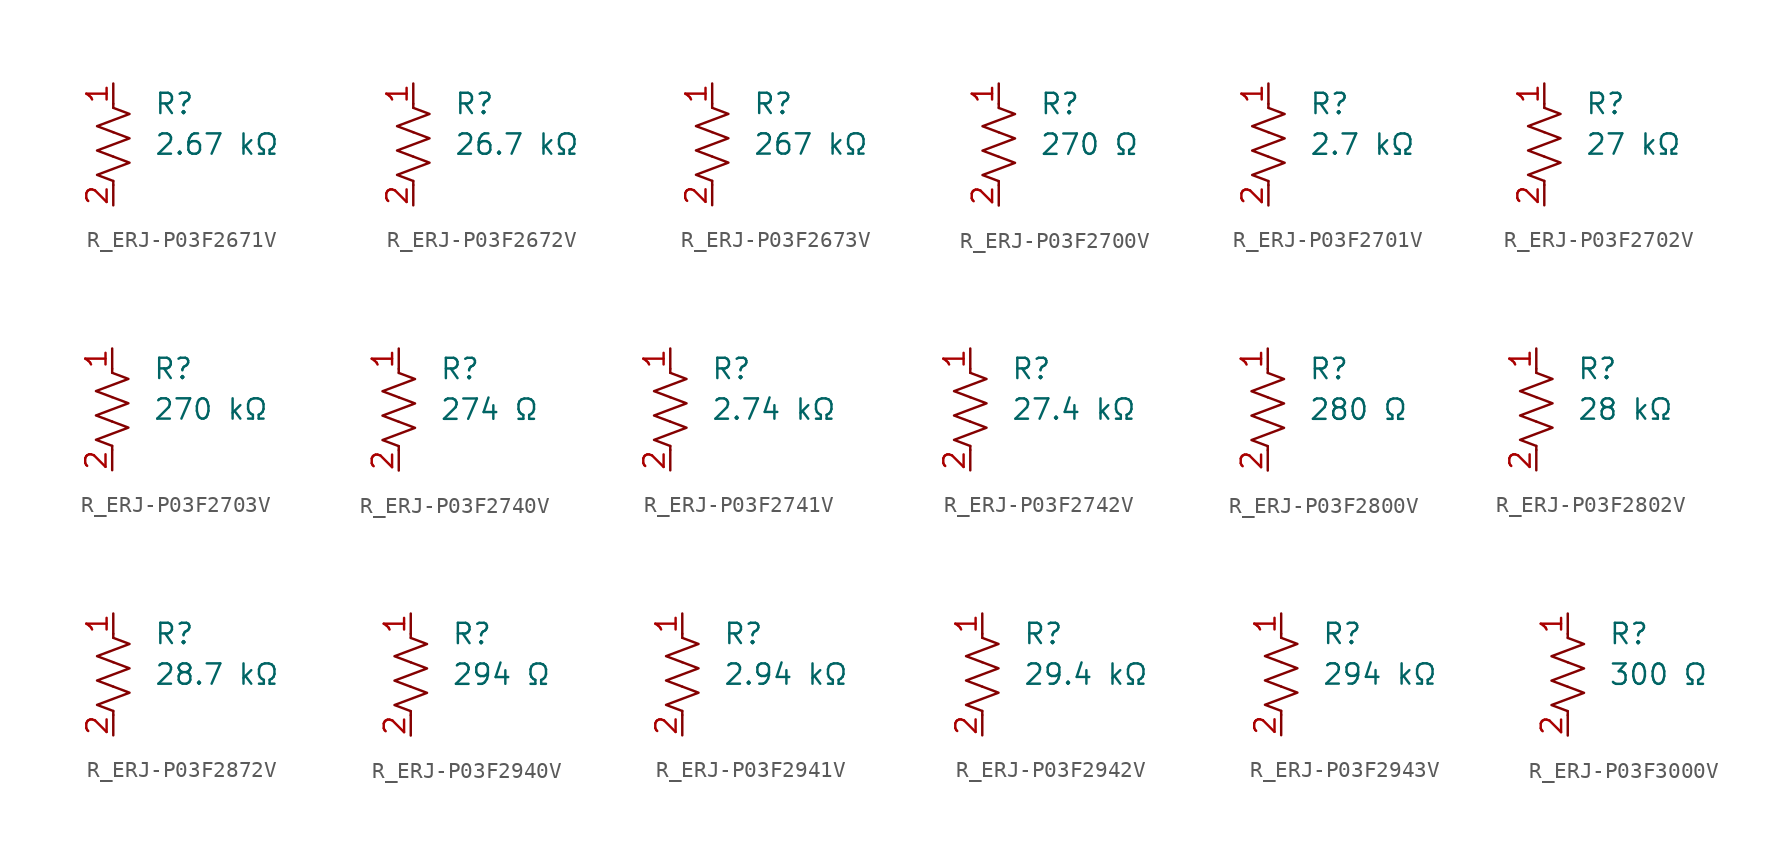
<source format=kicad_sym>
(kicad_symbol_lib
  (version 20231120)
  (generator "kicad_symbol_editor")
  (generator_version "8.0")
  (symbol "R_ERJ-P03F2671V"
    (pin_names
      (offset 0.254))
    (property "Value" "2.67 kΩ"
      (at 2.54 0 0)
      (effects (font (size 1.27 1.27)) (justify left)))
    (property "Reference" "R"
      (at 2.54 2.54 0)
      (effects (font (size 1.27 1.27)) (justify left)))
    (symbol "R_ERJ-P03F2671V_0_1"
      (polyline (pts (xy 0 -2.286) (xy 0 -2.54)) (stroke (width 0) (type default)) (fill (type none)))
      (polyline (pts (xy 0 2.286) (xy 0 2.54)) (stroke (width 0) (type default)) (fill (type none)))
      (polyline (pts (xy 0 -0.762) (xy 1.016 -1.143) (xy 0 -1.524) (xy -1.016 -1.905) (xy 0 -2.286)) (stroke (width 0) (type default)) (fill (type none)))
      (polyline (pts (xy 0 0.762) (xy 1.016 0.381) (xy 0 0) (xy -1.016 -0.381) (xy 0 -0.762)) (stroke (width 0) (type default)) (fill (type none)))
      (polyline (pts (xy 0 2.286) (xy 1.016 1.905) (xy 0 1.524) (xy -1.016 1.143) (xy 0 0.762)) (stroke (width 0) (type default)) (fill (type none))))
    (symbol "R_ERJ-P03F2671V_1_1"
      (pin passive line (at 0 3.81 270) (length 1.27) (name "~" (effects (font (size 1.27 1.27)))) (number "1" (effects (font (size 1.27 1.27)))))
      (pin passive line (at 0 -3.81 90) (length 1.27) (name "~" (effects (font (size 1.27 1.27)))) (number "2" (effects (font (size 1.27 1.27)))))))
  (symbol "R_ERJ-P03F2672V"
    (pin_names
      (offset 0.254))
    (property "Value" "26.7 kΩ"
      (at 2.54 0 0)
      (effects (font (size 1.27 1.27)) (justify left)))
    (property "Reference" "R"
      (at 2.54 2.54 0)
      (effects (font (size 1.27 1.27)) (justify left)))
    (symbol "R_ERJ-P03F2672V_0_1"
      (polyline (pts (xy 0 -2.286) (xy 0 -2.54)) (stroke (width 0) (type default)) (fill (type none)))
      (polyline (pts (xy 0 2.286) (xy 0 2.54)) (stroke (width 0) (type default)) (fill (type none)))
      (polyline (pts (xy 0 -0.762) (xy 1.016 -1.143) (xy 0 -1.524) (xy -1.016 -1.905) (xy 0 -2.286)) (stroke (width 0) (type default)) (fill (type none)))
      (polyline (pts (xy 0 0.762) (xy 1.016 0.381) (xy 0 0) (xy -1.016 -0.381) (xy 0 -0.762)) (stroke (width 0) (type default)) (fill (type none)))
      (polyline (pts (xy 0 2.286) (xy 1.016 1.905) (xy 0 1.524) (xy -1.016 1.143) (xy 0 0.762)) (stroke (width 0) (type default)) (fill (type none))))
    (symbol "R_ERJ-P03F2672V_1_1"
      (pin passive line (at 0 3.81 270) (length 1.27) (name "~" (effects (font (size 1.27 1.27)))) (number "1" (effects (font (size 1.27 1.27)))))
      (pin passive line (at 0 -3.81 90) (length 1.27) (name "~" (effects (font (size 1.27 1.27)))) (number "2" (effects (font (size 1.27 1.27)))))))
  (symbol "R_ERJ-P03F2673V"
    (pin_names
      (offset 0.254))
    (property "Value" "267 kΩ"
      (at 2.54 0 0)
      (effects (font (size 1.27 1.27)) (justify left)))
    (property "Reference" "R"
      (at 2.54 2.54 0)
      (effects (font (size 1.27 1.27)) (justify left)))
    (symbol "R_ERJ-P03F2673V_0_1"
      (polyline (pts (xy 0 -2.286) (xy 0 -2.54)) (stroke (width 0) (type default)) (fill (type none)))
      (polyline (pts (xy 0 2.286) (xy 0 2.54)) (stroke (width 0) (type default)) (fill (type none)))
      (polyline (pts (xy 0 -0.762) (xy 1.016 -1.143) (xy 0 -1.524) (xy -1.016 -1.905) (xy 0 -2.286)) (stroke (width 0) (type default)) (fill (type none)))
      (polyline (pts (xy 0 0.762) (xy 1.016 0.381) (xy 0 0) (xy -1.016 -0.381) (xy 0 -0.762)) (stroke (width 0) (type default)) (fill (type none)))
      (polyline (pts (xy 0 2.286) (xy 1.016 1.905) (xy 0 1.524) (xy -1.016 1.143) (xy 0 0.762)) (stroke (width 0) (type default)) (fill (type none))))
    (symbol "R_ERJ-P03F2673V_1_1"
      (pin passive line (at 0 3.81 270) (length 1.27) (name "~" (effects (font (size 1.27 1.27)))) (number "1" (effects (font (size 1.27 1.27)))))
      (pin passive line (at 0 -3.81 90) (length 1.27) (name "~" (effects (font (size 1.27 1.27)))) (number "2" (effects (font (size 1.27 1.27)))))))
  (symbol "R_ERJ-P03F2700V"
    (pin_names
      (offset 0.254))
    (property "Value" "270 Ω"
      (at 2.54 0 0)
      (effects (font (size 1.27 1.27)) (justify left)))
    (property "Reference" "R"
      (at 2.54 2.54 0)
      (effects (font (size 1.27 1.27)) (justify left)))
    (symbol "R_ERJ-P03F2700V_0_1"
      (polyline (pts (xy 0 -2.286) (xy 0 -2.54)) (stroke (width 0) (type default)) (fill (type none)))
      (polyline (pts (xy 0 2.286) (xy 0 2.54)) (stroke (width 0) (type default)) (fill (type none)))
      (polyline (pts (xy 0 -0.762) (xy 1.016 -1.143) (xy 0 -1.524) (xy -1.016 -1.905) (xy 0 -2.286)) (stroke (width 0) (type default)) (fill (type none)))
      (polyline (pts (xy 0 0.762) (xy 1.016 0.381) (xy 0 0) (xy -1.016 -0.381) (xy 0 -0.762)) (stroke (width 0) (type default)) (fill (type none)))
      (polyline (pts (xy 0 2.286) (xy 1.016 1.905) (xy 0 1.524) (xy -1.016 1.143) (xy 0 0.762)) (stroke (width 0) (type default)) (fill (type none))))
    (symbol "R_ERJ-P03F2700V_1_1"
      (pin passive line (at 0 3.81 270) (length 1.27) (name "~" (effects (font (size 1.27 1.27)))) (number "1" (effects (font (size 1.27 1.27)))))
      (pin passive line (at 0 -3.81 90) (length 1.27) (name "~" (effects (font (size 1.27 1.27)))) (number "2" (effects (font (size 1.27 1.27)))))))
  (symbol "R_ERJ-P03F2701V"
    (pin_names
      (offset 0.254))
    (property "Value" "2.7 kΩ"
      (at 2.54 0 0)
      (effects (font (size 1.27 1.27)) (justify left)))
    (property "Reference" "R"
      (at 2.54 2.54 0)
      (effects (font (size 1.27 1.27)) (justify left)))
    (symbol "R_ERJ-P03F2701V_0_1"
      (polyline (pts (xy 0 -2.286) (xy 0 -2.54)) (stroke (width 0) (type default)) (fill (type none)))
      (polyline (pts (xy 0 2.286) (xy 0 2.54)) (stroke (width 0) (type default)) (fill (type none)))
      (polyline (pts (xy 0 -0.762) (xy 1.016 -1.143) (xy 0 -1.524) (xy -1.016 -1.905) (xy 0 -2.286)) (stroke (width 0) (type default)) (fill (type none)))
      (polyline (pts (xy 0 0.762) (xy 1.016 0.381) (xy 0 0) (xy -1.016 -0.381) (xy 0 -0.762)) (stroke (width 0) (type default)) (fill (type none)))
      (polyline (pts (xy 0 2.286) (xy 1.016 1.905) (xy 0 1.524) (xy -1.016 1.143) (xy 0 0.762)) (stroke (width 0) (type default)) (fill (type none))))
    (symbol "R_ERJ-P03F2701V_1_1"
      (pin passive line (at 0 3.81 270) (length 1.27) (name "~" (effects (font (size 1.27 1.27)))) (number "1" (effects (font (size 1.27 1.27)))))
      (pin passive line (at 0 -3.81 90) (length 1.27) (name "~" (effects (font (size 1.27 1.27)))) (number "2" (effects (font (size 1.27 1.27)))))))
  (symbol "R_ERJ-P03F2702V"
    (pin_names
      (offset 0.254))
    (property "Value" "27 kΩ"
      (at 2.54 0 0)
      (effects (font (size 1.27 1.27)) (justify left)))
    (property "Reference" "R"
      (at 2.54 2.54 0)
      (effects (font (size 1.27 1.27)) (justify left)))
    (symbol "R_ERJ-P03F2702V_0_1"
      (polyline (pts (xy 0 -2.286) (xy 0 -2.54)) (stroke (width 0) (type default)) (fill (type none)))
      (polyline (pts (xy 0 2.286) (xy 0 2.54)) (stroke (width 0) (type default)) (fill (type none)))
      (polyline (pts (xy 0 -0.762) (xy 1.016 -1.143) (xy 0 -1.524) (xy -1.016 -1.905) (xy 0 -2.286)) (stroke (width 0) (type default)) (fill (type none)))
      (polyline (pts (xy 0 0.762) (xy 1.016 0.381) (xy 0 0) (xy -1.016 -0.381) (xy 0 -0.762)) (stroke (width 0) (type default)) (fill (type none)))
      (polyline (pts (xy 0 2.286) (xy 1.016 1.905) (xy 0 1.524) (xy -1.016 1.143) (xy 0 0.762)) (stroke (width 0) (type default)) (fill (type none))))
    (symbol "R_ERJ-P03F2702V_1_1"
      (pin passive line (at 0 3.81 270) (length 1.27) (name "~" (effects (font (size 1.27 1.27)))) (number "1" (effects (font (size 1.27 1.27)))))
      (pin passive line (at 0 -3.81 90) (length 1.27) (name "~" (effects (font (size 1.27 1.27)))) (number "2" (effects (font (size 1.27 1.27)))))))
  (symbol "R_ERJ-P03F2703V"
    (pin_names
      (offset 0.254))
    (property "Value" "270 kΩ"
      (at 2.54 0 0)
      (effects (font (size 1.27 1.27)) (justify left)))
    (property "Reference" "R"
      (at 2.54 2.54 0)
      (effects (font (size 1.27 1.27)) (justify left)))
    (symbol "R_ERJ-P03F2703V_0_1"
      (polyline (pts (xy 0 -2.286) (xy 0 -2.54)) (stroke (width 0) (type default)) (fill (type none)))
      (polyline (pts (xy 0 2.286) (xy 0 2.54)) (stroke (width 0) (type default)) (fill (type none)))
      (polyline (pts (xy 0 -0.762) (xy 1.016 -1.143) (xy 0 -1.524) (xy -1.016 -1.905) (xy 0 -2.286)) (stroke (width 0) (type default)) (fill (type none)))
      (polyline (pts (xy 0 0.762) (xy 1.016 0.381) (xy 0 0) (xy -1.016 -0.381) (xy 0 -0.762)) (stroke (width 0) (type default)) (fill (type none)))
      (polyline (pts (xy 0 2.286) (xy 1.016 1.905) (xy 0 1.524) (xy -1.016 1.143) (xy 0 0.762)) (stroke (width 0) (type default)) (fill (type none))))
    (symbol "R_ERJ-P03F2703V_1_1"
      (pin passive line (at 0 3.81 270) (length 1.27) (name "~" (effects (font (size 1.27 1.27)))) (number "1" (effects (font (size 1.27 1.27)))))
      (pin passive line (at 0 -3.81 90) (length 1.27) (name "~" (effects (font (size 1.27 1.27)))) (number "2" (effects (font (size 1.27 1.27)))))))
  (symbol "R_ERJ-P03F2740V"
    (pin_names
      (offset 0.254))
    (property "Value" "274 Ω"
      (at 2.54 0 0)
      (effects (font (size 1.27 1.27)) (justify left)))
    (property "Reference" "R"
      (at 2.54 2.54 0)
      (effects (font (size 1.27 1.27)) (justify left)))
    (symbol "R_ERJ-P03F2740V_0_1"
      (polyline (pts (xy 0 -2.286) (xy 0 -2.54)) (stroke (width 0) (type default)) (fill (type none)))
      (polyline (pts (xy 0 2.286) (xy 0 2.54)) (stroke (width 0) (type default)) (fill (type none)))
      (polyline (pts (xy 0 -0.762) (xy 1.016 -1.143) (xy 0 -1.524) (xy -1.016 -1.905) (xy 0 -2.286)) (stroke (width 0) (type default)) (fill (type none)))
      (polyline (pts (xy 0 0.762) (xy 1.016 0.381) (xy 0 0) (xy -1.016 -0.381) (xy 0 -0.762)) (stroke (width 0) (type default)) (fill (type none)))
      (polyline (pts (xy 0 2.286) (xy 1.016 1.905) (xy 0 1.524) (xy -1.016 1.143) (xy 0 0.762)) (stroke (width 0) (type default)) (fill (type none))))
    (symbol "R_ERJ-P03F2740V_1_1"
      (pin passive line (at 0 3.81 270) (length 1.27) (name "~" (effects (font (size 1.27 1.27)))) (number "1" (effects (font (size 1.27 1.27)))))
      (pin passive line (at 0 -3.81 90) (length 1.27) (name "~" (effects (font (size 1.27 1.27)))) (number "2" (effects (font (size 1.27 1.27)))))))
  (symbol "R_ERJ-P03F2741V"
    (pin_names
      (offset 0.254))
    (property "Value" "2.74 kΩ"
      (at 2.54 0 0)
      (effects (font (size 1.27 1.27)) (justify left)))
    (property "Reference" "R"
      (at 2.54 2.54 0)
      (effects (font (size 1.27 1.27)) (justify left)))
    (symbol "R_ERJ-P03F2741V_0_1"
      (polyline (pts (xy 0 -2.286) (xy 0 -2.54)) (stroke (width 0) (type default)) (fill (type none)))
      (polyline (pts (xy 0 2.286) (xy 0 2.54)) (stroke (width 0) (type default)) (fill (type none)))
      (polyline (pts (xy 0 -0.762) (xy 1.016 -1.143) (xy 0 -1.524) (xy -1.016 -1.905) (xy 0 -2.286)) (stroke (width 0) (type default)) (fill (type none)))
      (polyline (pts (xy 0 0.762) (xy 1.016 0.381) (xy 0 0) (xy -1.016 -0.381) (xy 0 -0.762)) (stroke (width 0) (type default)) (fill (type none)))
      (polyline (pts (xy 0 2.286) (xy 1.016 1.905) (xy 0 1.524) (xy -1.016 1.143) (xy 0 0.762)) (stroke (width 0) (type default)) (fill (type none))))
    (symbol "R_ERJ-P03F2741V_1_1"
      (pin passive line (at 0 3.81 270) (length 1.27) (name "~" (effects (font (size 1.27 1.27)))) (number "1" (effects (font (size 1.27 1.27)))))
      (pin passive line (at 0 -3.81 90) (length 1.27) (name "~" (effects (font (size 1.27 1.27)))) (number "2" (effects (font (size 1.27 1.27)))))))
  (symbol "R_ERJ-P03F2742V"
    (pin_names
      (offset 0.254))
    (property "Value" "27.4 kΩ"
      (at 2.54 0 0)
      (effects (font (size 1.27 1.27)) (justify left)))
    (property "Reference" "R"
      (at 2.54 2.54 0)
      (effects (font (size 1.27 1.27)) (justify left)))
    (symbol "R_ERJ-P03F2742V_0_1"
      (polyline (pts (xy 0 -2.286) (xy 0 -2.54)) (stroke (width 0) (type default)) (fill (type none)))
      (polyline (pts (xy 0 2.286) (xy 0 2.54)) (stroke (width 0) (type default)) (fill (type none)))
      (polyline (pts (xy 0 -0.762) (xy 1.016 -1.143) (xy 0 -1.524) (xy -1.016 -1.905) (xy 0 -2.286)) (stroke (width 0) (type default)) (fill (type none)))
      (polyline (pts (xy 0 0.762) (xy 1.016 0.381) (xy 0 0) (xy -1.016 -0.381) (xy 0 -0.762)) (stroke (width 0) (type default)) (fill (type none)))
      (polyline (pts (xy 0 2.286) (xy 1.016 1.905) (xy 0 1.524) (xy -1.016 1.143) (xy 0 0.762)) (stroke (width 0) (type default)) (fill (type none))))
    (symbol "R_ERJ-P03F2742V_1_1"
      (pin passive line (at 0 3.81 270) (length 1.27) (name "~" (effects (font (size 1.27 1.27)))) (number "1" (effects (font (size 1.27 1.27)))))
      (pin passive line (at 0 -3.81 90) (length 1.27) (name "~" (effects (font (size 1.27 1.27)))) (number "2" (effects (font (size 1.27 1.27)))))))
  (symbol "R_ERJ-P03F2800V"
    (pin_names
      (offset 0.254))
    (property "Value" "280 Ω"
      (at 2.54 0 0)
      (effects (font (size 1.27 1.27)) (justify left)))
    (property "Reference" "R"
      (at 2.54 2.54 0)
      (effects (font (size 1.27 1.27)) (justify left)))
    (symbol "R_ERJ-P03F2800V_0_1"
      (polyline (pts (xy 0 -2.286) (xy 0 -2.54)) (stroke (width 0) (type default)) (fill (type none)))
      (polyline (pts (xy 0 2.286) (xy 0 2.54)) (stroke (width 0) (type default)) (fill (type none)))
      (polyline (pts (xy 0 -0.762) (xy 1.016 -1.143) (xy 0 -1.524) (xy -1.016 -1.905) (xy 0 -2.286)) (stroke (width 0) (type default)) (fill (type none)))
      (polyline (pts (xy 0 0.762) (xy 1.016 0.381) (xy 0 0) (xy -1.016 -0.381) (xy 0 -0.762)) (stroke (width 0) (type default)) (fill (type none)))
      (polyline (pts (xy 0 2.286) (xy 1.016 1.905) (xy 0 1.524) (xy -1.016 1.143) (xy 0 0.762)) (stroke (width 0) (type default)) (fill (type none))))
    (symbol "R_ERJ-P03F2800V_1_1"
      (pin passive line (at 0 3.81 270) (length 1.27) (name "~" (effects (font (size 1.27 1.27)))) (number "1" (effects (font (size 1.27 1.27)))))
      (pin passive line (at 0 -3.81 90) (length 1.27) (name "~" (effects (font (size 1.27 1.27)))) (number "2" (effects (font (size 1.27 1.27)))))))
  (symbol "R_ERJ-P03F2802V"
    (pin_names
      (offset 0.254))
    (property "Value" "28 kΩ"
      (at 2.54 0 0)
      (effects (font (size 1.27 1.27)) (justify left)))
    (property "Reference" "R"
      (at 2.54 2.54 0)
      (effects (font (size 1.27 1.27)) (justify left)))
    (symbol "R_ERJ-P03F2802V_0_1"
      (polyline (pts (xy 0 -2.286) (xy 0 -2.54)) (stroke (width 0) (type default)) (fill (type none)))
      (polyline (pts (xy 0 2.286) (xy 0 2.54)) (stroke (width 0) (type default)) (fill (type none)))
      (polyline (pts (xy 0 -0.762) (xy 1.016 -1.143) (xy 0 -1.524) (xy -1.016 -1.905) (xy 0 -2.286)) (stroke (width 0) (type default)) (fill (type none)))
      (polyline (pts (xy 0 0.762) (xy 1.016 0.381) (xy 0 0) (xy -1.016 -0.381) (xy 0 -0.762)) (stroke (width 0) (type default)) (fill (type none)))
      (polyline (pts (xy 0 2.286) (xy 1.016 1.905) (xy 0 1.524) (xy -1.016 1.143) (xy 0 0.762)) (stroke (width 0) (type default)) (fill (type none))))
    (symbol "R_ERJ-P03F2802V_1_1"
      (pin passive line (at 0 3.81 270) (length 1.27) (name "~" (effects (font (size 1.27 1.27)))) (number "1" (effects (font (size 1.27 1.27)))))
      (pin passive line (at 0 -3.81 90) (length 1.27) (name "~" (effects (font (size 1.27 1.27)))) (number "2" (effects (font (size 1.27 1.27)))))))
  (symbol "R_ERJ-P03F2872V"
    (pin_names
      (offset 0.254))
    (property "Value" "28.7 kΩ"
      (at 2.54 0 0)
      (effects (font (size 1.27 1.27)) (justify left)))
    (property "Reference" "R"
      (at 2.54 2.54 0)
      (effects (font (size 1.27 1.27)) (justify left)))
    (symbol "R_ERJ-P03F2872V_0_1"
      (polyline (pts (xy 0 -2.286) (xy 0 -2.54)) (stroke (width 0) (type default)) (fill (type none)))
      (polyline (pts (xy 0 2.286) (xy 0 2.54)) (stroke (width 0) (type default)) (fill (type none)))
      (polyline (pts (xy 0 -0.762) (xy 1.016 -1.143) (xy 0 -1.524) (xy -1.016 -1.905) (xy 0 -2.286)) (stroke (width 0) (type default)) (fill (type none)))
      (polyline (pts (xy 0 0.762) (xy 1.016 0.381) (xy 0 0) (xy -1.016 -0.381) (xy 0 -0.762)) (stroke (width 0) (type default)) (fill (type none)))
      (polyline (pts (xy 0 2.286) (xy 1.016 1.905) (xy 0 1.524) (xy -1.016 1.143) (xy 0 0.762)) (stroke (width 0) (type default)) (fill (type none))))
    (symbol "R_ERJ-P03F2872V_1_1"
      (pin passive line (at 0 3.81 270) (length 1.27) (name "~" (effects (font (size 1.27 1.27)))) (number "1" (effects (font (size 1.27 1.27)))))
      (pin passive line (at 0 -3.81 90) (length 1.27) (name "~" (effects (font (size 1.27 1.27)))) (number "2" (effects (font (size 1.27 1.27)))))))
  (symbol "R_ERJ-P03F2940V"
    (pin_names
      (offset 0.254))
    (property "Value" "294 Ω"
      (at 2.54 0 0)
      (effects (font (size 1.27 1.27)) (justify left)))
    (property "Reference" "R"
      (at 2.54 2.54 0)
      (effects (font (size 1.27 1.27)) (justify left)))
    (symbol "R_ERJ-P03F2940V_0_1"
      (polyline (pts (xy 0 -2.286) (xy 0 -2.54)) (stroke (width 0) (type default)) (fill (type none)))
      (polyline (pts (xy 0 2.286) (xy 0 2.54)) (stroke (width 0) (type default)) (fill (type none)))
      (polyline (pts (xy 0 -0.762) (xy 1.016 -1.143) (xy 0 -1.524) (xy -1.016 -1.905) (xy 0 -2.286)) (stroke (width 0) (type default)) (fill (type none)))
      (polyline (pts (xy 0 0.762) (xy 1.016 0.381) (xy 0 0) (xy -1.016 -0.381) (xy 0 -0.762)) (stroke (width 0) (type default)) (fill (type none)))
      (polyline (pts (xy 0 2.286) (xy 1.016 1.905) (xy 0 1.524) (xy -1.016 1.143) (xy 0 0.762)) (stroke (width 0) (type default)) (fill (type none))))
    (symbol "R_ERJ-P03F2940V_1_1"
      (pin passive line (at 0 3.81 270) (length 1.27) (name "~" (effects (font (size 1.27 1.27)))) (number "1" (effects (font (size 1.27 1.27)))))
      (pin passive line (at 0 -3.81 90) (length 1.27) (name "~" (effects (font (size 1.27 1.27)))) (number "2" (effects (font (size 1.27 1.27)))))))
  (symbol "R_ERJ-P03F2941V"
    (pin_names
      (offset 0.254))
    (property "Value" "2.94 kΩ"
      (at 2.54 0 0)
      (effects (font (size 1.27 1.27)) (justify left)))
    (property "Reference" "R"
      (at 2.54 2.54 0)
      (effects (font (size 1.27 1.27)) (justify left)))
    (symbol "R_ERJ-P03F2941V_0_1"
      (polyline (pts (xy 0 -2.286) (xy 0 -2.54)) (stroke (width 0) (type default)) (fill (type none)))
      (polyline (pts (xy 0 2.286) (xy 0 2.54)) (stroke (width 0) (type default)) (fill (type none)))
      (polyline (pts (xy 0 -0.762) (xy 1.016 -1.143) (xy 0 -1.524) (xy -1.016 -1.905) (xy 0 -2.286)) (stroke (width 0) (type default)) (fill (type none)))
      (polyline (pts (xy 0 0.762) (xy 1.016 0.381) (xy 0 0) (xy -1.016 -0.381) (xy 0 -0.762)) (stroke (width 0) (type default)) (fill (type none)))
      (polyline (pts (xy 0 2.286) (xy 1.016 1.905) (xy 0 1.524) (xy -1.016 1.143) (xy 0 0.762)) (stroke (width 0) (type default)) (fill (type none))))
    (symbol "R_ERJ-P03F2941V_1_1"
      (pin passive line (at 0 3.81 270) (length 1.27) (name "~" (effects (font (size 1.27 1.27)))) (number "1" (effects (font (size 1.27 1.27)))))
      (pin passive line (at 0 -3.81 90) (length 1.27) (name "~" (effects (font (size 1.27 1.27)))) (number "2" (effects (font (size 1.27 1.27)))))))
  (symbol "R_ERJ-P03F2942V"
    (pin_names
      (offset 0.254))
    (property "Value" "29.4 kΩ"
      (at 2.54 0 0)
      (effects (font (size 1.27 1.27)) (justify left)))
    (property "Reference" "R"
      (at 2.54 2.54 0)
      (effects (font (size 1.27 1.27)) (justify left)))
    (symbol "R_ERJ-P03F2942V_0_1"
      (polyline (pts (xy 0 -2.286) (xy 0 -2.54)) (stroke (width 0) (type default)) (fill (type none)))
      (polyline (pts (xy 0 2.286) (xy 0 2.54)) (stroke (width 0) (type default)) (fill (type none)))
      (polyline (pts (xy 0 -0.762) (xy 1.016 -1.143) (xy 0 -1.524) (xy -1.016 -1.905) (xy 0 -2.286)) (stroke (width 0) (type default)) (fill (type none)))
      (polyline (pts (xy 0 0.762) (xy 1.016 0.381) (xy 0 0) (xy -1.016 -0.381) (xy 0 -0.762)) (stroke (width 0) (type default)) (fill (type none)))
      (polyline (pts (xy 0 2.286) (xy 1.016 1.905) (xy 0 1.524) (xy -1.016 1.143) (xy 0 0.762)) (stroke (width 0) (type default)) (fill (type none))))
    (symbol "R_ERJ-P03F2942V_1_1"
      (pin passive line (at 0 3.81 270) (length 1.27) (name "~" (effects (font (size 1.27 1.27)))) (number "1" (effects (font (size 1.27 1.27)))))
      (pin passive line (at 0 -3.81 90) (length 1.27) (name "~" (effects (font (size 1.27 1.27)))) (number "2" (effects (font (size 1.27 1.27)))))))
  (symbol "R_ERJ-P03F2943V"
    (pin_names
      (offset 0.254))
    (property "Value" "294 kΩ"
      (at 2.54 0 0)
      (effects (font (size 1.27 1.27)) (justify left)))
    (property "Reference" "R"
      (at 2.54 2.54 0)
      (effects (font (size 1.27 1.27)) (justify left)))
    (symbol "R_ERJ-P03F2943V_0_1"
      (polyline (pts (xy 0 -2.286) (xy 0 -2.54)) (stroke (width 0) (type default)) (fill (type none)))
      (polyline (pts (xy 0 2.286) (xy 0 2.54)) (stroke (width 0) (type default)) (fill (type none)))
      (polyline (pts (xy 0 -0.762) (xy 1.016 -1.143) (xy 0 -1.524) (xy -1.016 -1.905) (xy 0 -2.286)) (stroke (width 0) (type default)) (fill (type none)))
      (polyline (pts (xy 0 0.762) (xy 1.016 0.381) (xy 0 0) (xy -1.016 -0.381) (xy 0 -0.762)) (stroke (width 0) (type default)) (fill (type none)))
      (polyline (pts (xy 0 2.286) (xy 1.016 1.905) (xy 0 1.524) (xy -1.016 1.143) (xy 0 0.762)) (stroke (width 0) (type default)) (fill (type none))))
    (symbol "R_ERJ-P03F2943V_1_1"
      (pin passive line (at 0 3.81 270) (length 1.27) (name "~" (effects (font (size 1.27 1.27)))) (number "1" (effects (font (size 1.27 1.27)))))
      (pin passive line (at 0 -3.81 90) (length 1.27) (name "~" (effects (font (size 1.27 1.27)))) (number "2" (effects (font (size 1.27 1.27)))))))
  (symbol "R_ERJ-P03F3000V"
    (pin_names
      (offset 0.254))
    (property "Value" "300 Ω"
      (at 2.54 0 0)
      (effects (font (size 1.27 1.27)) (justify left)))
    (property "Reference" "R"
      (at 2.54 2.54 0)
      (effects (font (size 1.27 1.27)) (justify left)))
    (symbol "R_ERJ-P03F3000V_0_1"
      (polyline (pts (xy 0 -2.286) (xy 0 -2.54)) (stroke (width 0) (type default)) (fill (type none)))
      (polyline (pts (xy 0 2.286) (xy 0 2.54)) (stroke (width 0) (type default)) (fill (type none)))
      (polyline (pts (xy 0 -0.762) (xy 1.016 -1.143) (xy 0 -1.524) (xy -1.016 -1.905) (xy 0 -2.286)) (stroke (width 0) (type default)) (fill (type none)))
      (polyline (pts (xy 0 0.762) (xy 1.016 0.381) (xy 0 0) (xy -1.016 -0.381) (xy 0 -0.762)) (stroke (width 0) (type default)) (fill (type none)))
      (polyline (pts (xy 0 2.286) (xy 1.016 1.905) (xy 0 1.524) (xy -1.016 1.143) (xy 0 0.762)) (stroke (width 0) (type default)) (fill (type none))))
    (symbol "R_ERJ-P03F3000V_1_1"
      (pin passive line (at 0 3.81 270) (length 1.27) (name "~" (effects (font (size 1.27 1.27)))) (number "1" (effects (font (size 1.27 1.27)))))
      (pin passive line (at 0 -3.81 90) (length 1.27) (name "~" (effects (font (size 1.27 1.27)))) (number "2" (effects (font (size 1.27 1.27))))))))
</source>
